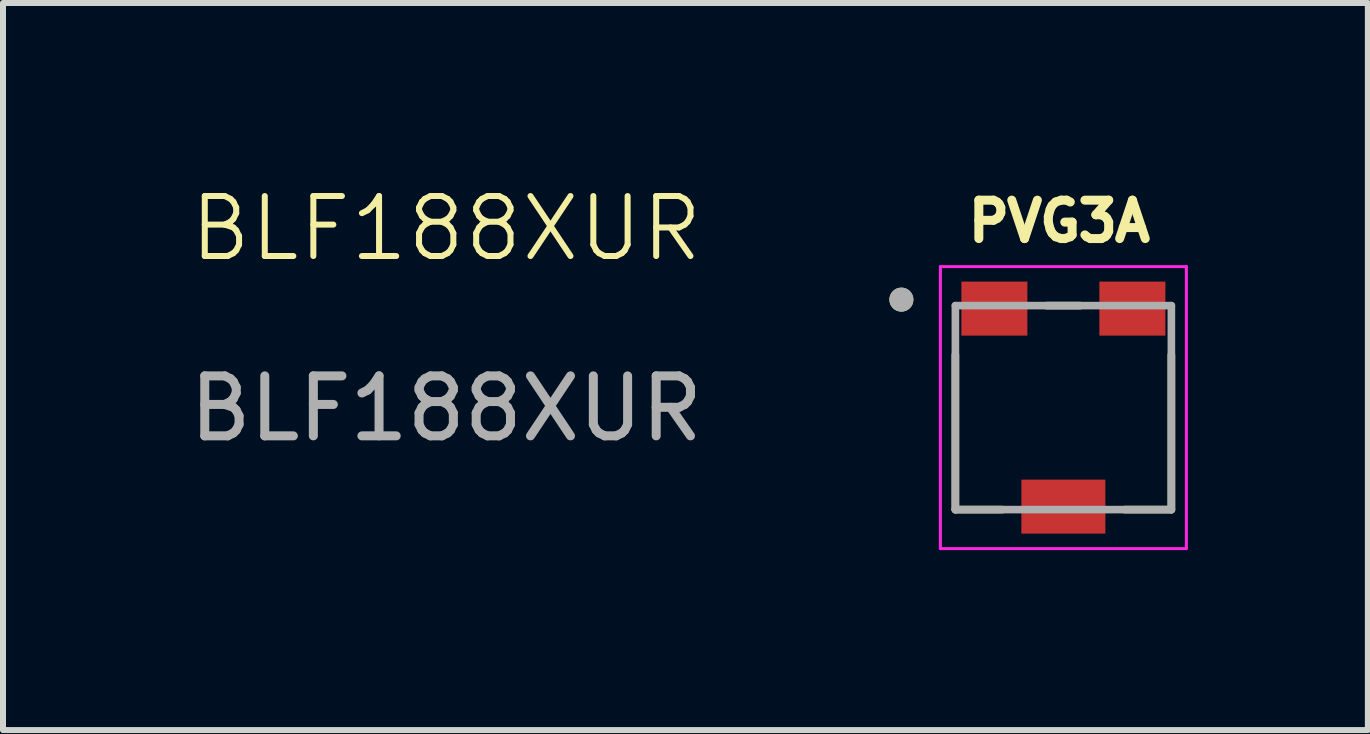
<source format=kicad_pcb>
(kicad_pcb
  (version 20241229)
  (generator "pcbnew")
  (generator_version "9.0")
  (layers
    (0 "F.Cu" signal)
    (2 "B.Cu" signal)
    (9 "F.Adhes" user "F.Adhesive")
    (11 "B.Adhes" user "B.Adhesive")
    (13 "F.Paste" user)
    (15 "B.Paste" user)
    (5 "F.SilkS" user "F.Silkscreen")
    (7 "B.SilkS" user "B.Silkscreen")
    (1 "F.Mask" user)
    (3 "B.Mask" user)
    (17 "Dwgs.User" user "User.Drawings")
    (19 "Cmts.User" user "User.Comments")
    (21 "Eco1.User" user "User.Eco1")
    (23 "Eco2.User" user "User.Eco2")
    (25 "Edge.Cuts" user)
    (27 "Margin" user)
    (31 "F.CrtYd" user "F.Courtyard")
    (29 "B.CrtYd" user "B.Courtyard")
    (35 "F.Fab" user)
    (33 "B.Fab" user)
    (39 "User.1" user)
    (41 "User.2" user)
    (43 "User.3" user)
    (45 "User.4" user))
  (footprint "BLF188XUR"
    (layer "F.Cu")
    (at 4.387 1.26)
    (property "Reference" "BLF188XUR" (at 0 -0.5 0) (unlocked yes) (layer "F.SilkS") (effects (font (size 1 1) (thickness 0.1))))
    (attr smd)
    (fp_text user "${REFERENCE}" (at 0 2.5 0) (unlocked yes) (layer "F.Fab") (effects (font (size 1 1) (thickness 0.15)))))
  (footprint "PVG3A"
    (layer "F.Cu")
    (at 14.674 3.744)
    (property "Reference" "PVG3A" (at -0.068 -3.106 0) (layer "F.SilkS") (effects (font (size 0.64 0.64) (thickness 0.15))))
    (attr smd)
    (fp_line (start -1.8 1.7) (end -1.8 -0.88) (stroke (width 0.127) (type solid)) (layer "F.SilkS"))
    (fp_line (start -1.02 1.7) (end -1.8 1.7) (stroke (width 0.127) (type solid)) (layer "F.SilkS"))
    (fp_line (start -0.28 -1.7) (end 0.28 -1.7) (stroke (width 0.127) (type solid)) (layer "F.SilkS"))
    (fp_line (start 1.8 -0.88) (end 1.8 1.7) (stroke (width 0.127) (type solid)) (layer "F.SilkS"))
    (fp_line (start 1.8 1.7) (end 1.02 1.7) (stroke (width 0.127) (type solid)) (layer "F.SilkS"))
    (fp_circle (center -2.7 -1.8) (end -2.6 -1.8) (stroke (width 0.2) (type solid)) (fill no) (layer "F.SilkS"))
    (fp_line (start -2.05 -2.35) (end -2.05 2.35) (stroke (width 0.05) (type solid)) (layer "F.CrtYd"))
    (fp_line (start -2.05 2.35) (end 2.05 2.35) (stroke (width 0.05) (type solid)) (layer "F.CrtYd"))
    (fp_line (start 2.05 -2.35) (end -2.05 -2.35) (stroke (width 0.05) (type solid)) (layer "F.CrtYd"))
    (fp_line (start 2.05 2.35) (end 2.05 -2.35) (stroke (width 0.05) (type solid)) (layer "F.CrtYd"))
    (fp_line (start -1.8 -1.7) (end 1.8 -1.7) (stroke (width 0.127) (type solid)) (layer "F.Fab"))
    (fp_line (start -1.8 1.7) (end -1.8 -1.7) (stroke (width 0.127) (type solid)) (layer "F.Fab"))
    (fp_line (start 1.8 -1.7) (end 1.8 1.7) (stroke (width 0.127) (type solid)) (layer "F.Fab"))
    (fp_line (start 1.8 1.7) (end -1.8 1.7) (stroke (width 0.127) (type solid)) (layer "F.Fab"))
    (fp_circle (center -2.7 -1.8) (end -2.6 -1.8) (stroke (width 0.2) (type solid)) (fill no) (layer "F.Fab"))
    (pad "1" smd rect (at 1.15 -1.65 180) (size 1.1 0.9) (layers "F.Cu" "F.Mask" "F.Paste"))
    (pad "2" smd rect (at 0 1.65 180) (size 1.4 0.9) (layers "F.Cu" "F.Mask" "F.Paste"))
    (pad "3" smd rect (at -1.15 -1.65 180) (size 1.1 0.9) (layers "F.Cu" "F.Mask" "F.Paste")))
  (gr_rect
    (start -3 -3)
    (end 19.749 9.119)
    (stroke (width 0.1) (type default))
    (fill no)
    (layer "Edge.Cuts")))
</source>
